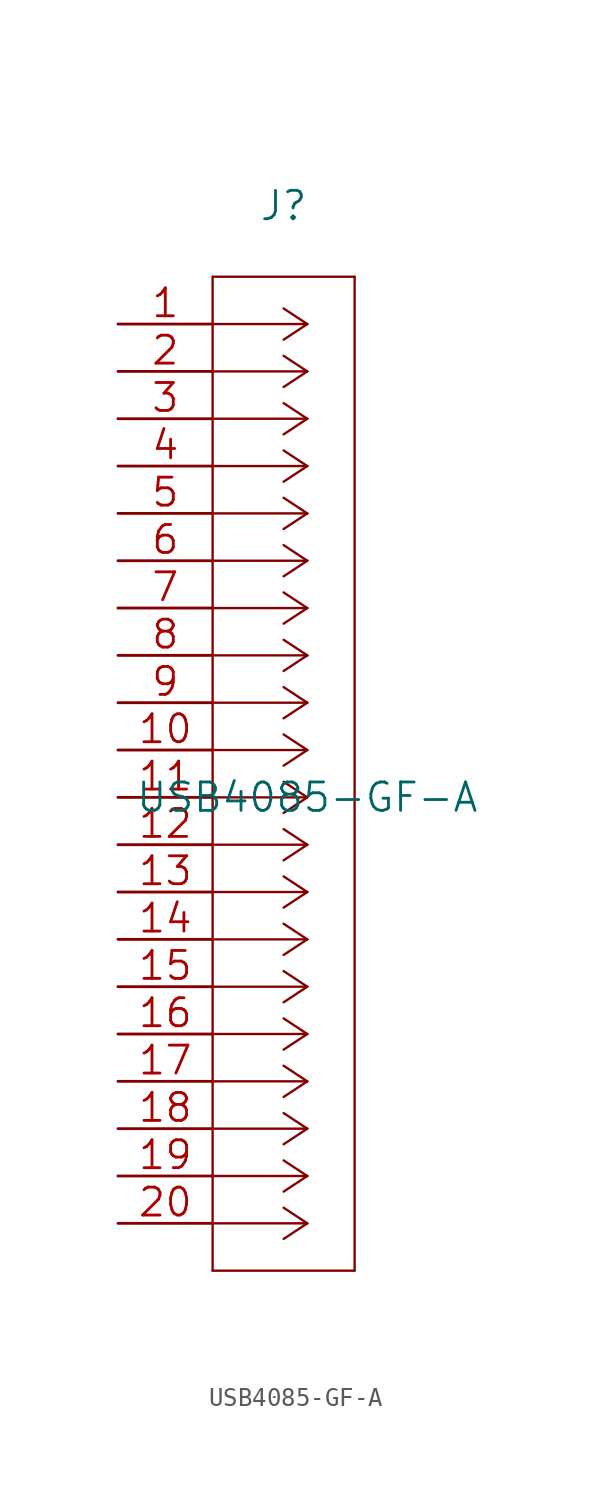
<source format=kicad_sym>
(kicad_symbol_lib
  (version 20220914)
  (generator kicad_symbol_editor)
  (symbol "USB4085-GF-A"
    (pin_names
      (offset 0.254) hide)
    (property "Reference" "J"
      (at 8.89 6.35 0)
      (effects (font (size 1.524 1.524))))
    (property "Value" "USB4085-GF-A"
      (at 10.16 -25.4 0)
      (effects (font (size 1.524 1.524))))
    (property "Datasheet" ""
      (at 0 0 0)
      (effects (font (size 1.524 1.524))))
    (property "ki_locked" ""
      (at 0 0 0)
      (effects (font (size 1.27 1.27))))
    (symbol "USB4085-GF-A_1_1"
      (polyline (pts (xy 5.08 -50.8) (xy 12.7 -50.8)) (stroke (width 0.127) (type solid)) (fill (type none)))
      (polyline (pts (xy 5.08 2.54) (xy 5.08 -50.8)) (stroke (width 0.127) (type solid)) (fill (type none)))
      (polyline (pts (xy 10.16 -48.26) (xy 5.08 -48.26)) (stroke (width 0.127) (type solid)) (fill (type none)))
      (polyline (pts (xy 10.16 -48.26) (xy 8.89 -49.098)) (stroke (width 0.127) (type solid)) (fill (type none)))
      (polyline (pts (xy 10.16 -48.26) (xy 8.89 -47.422)) (stroke (width 0.127) (type solid)) (fill (type none)))
      (polyline (pts (xy 10.16 -45.72) (xy 5.08 -45.72)) (stroke (width 0.127) (type solid)) (fill (type none)))
      (polyline (pts (xy 10.16 -45.72) (xy 8.89 -46.558)) (stroke (width 0.127) (type solid)) (fill (type none)))
      (polyline (pts (xy 10.16 -45.72) (xy 8.89 -44.882)) (stroke (width 0.127) (type solid)) (fill (type none)))
      (polyline (pts (xy 10.16 -43.18) (xy 5.08 -43.18)) (stroke (width 0.127) (type solid)) (fill (type none)))
      (polyline (pts (xy 10.16 -43.18) (xy 8.89 -44.018)) (stroke (width 0.127) (type solid)) (fill (type none)))
      (polyline (pts (xy 10.16 -43.18) (xy 8.89 -42.342)) (stroke (width 0.127) (type solid)) (fill (type none)))
      (polyline (pts (xy 10.16 -40.64) (xy 5.08 -40.64)) (stroke (width 0.127) (type solid)) (fill (type none)))
      (polyline (pts (xy 10.16 -40.64) (xy 8.89 -41.478)) (stroke (width 0.127) (type solid)) (fill (type none)))
      (polyline (pts (xy 10.16 -40.64) (xy 8.89 -39.802)) (stroke (width 0.127) (type solid)) (fill (type none)))
      (polyline (pts (xy 10.16 -38.1) (xy 5.08 -38.1)) (stroke (width 0.127) (type solid)) (fill (type none)))
      (polyline (pts (xy 10.16 -38.1) (xy 8.89 -38.938)) (stroke (width 0.127) (type solid)) (fill (type none)))
      (polyline (pts (xy 10.16 -38.1) (xy 8.89 -37.262)) (stroke (width 0.127) (type solid)) (fill (type none)))
      (polyline (pts (xy 10.16 -35.56) (xy 5.08 -35.56)) (stroke (width 0.127) (type solid)) (fill (type none)))
      (polyline (pts (xy 10.16 -35.56) (xy 8.89 -36.398)) (stroke (width 0.127) (type solid)) (fill (type none)))
      (polyline (pts (xy 10.16 -35.56) (xy 8.89 -34.722)) (stroke (width 0.127) (type solid)) (fill (type none)))
      (polyline (pts (xy 10.16 -33.02) (xy 5.08 -33.02)) (stroke (width 0.127) (type solid)) (fill (type none)))
      (polyline (pts (xy 10.16 -33.02) (xy 8.89 -33.858)) (stroke (width 0.127) (type solid)) (fill (type none)))
      (polyline (pts (xy 10.16 -33.02) (xy 8.89 -32.182)) (stroke (width 0.127) (type solid)) (fill (type none)))
      (polyline (pts (xy 10.16 -30.48) (xy 5.08 -30.48)) (stroke (width 0.127) (type solid)) (fill (type none)))
      (polyline (pts (xy 10.16 -30.48) (xy 8.89 -31.318)) (stroke (width 0.127) (type solid)) (fill (type none)))
      (polyline (pts (xy 10.16 -30.48) (xy 8.89 -29.642)) (stroke (width 0.127) (type solid)) (fill (type none)))
      (polyline (pts (xy 10.16 -27.94) (xy 5.08 -27.94)) (stroke (width 0.127) (type solid)) (fill (type none)))
      (polyline (pts (xy 10.16 -27.94) (xy 8.89 -28.778)) (stroke (width 0.127) (type solid)) (fill (type none)))
      (polyline (pts (xy 10.16 -27.94) (xy 8.89 -27.102)) (stroke (width 0.127) (type solid)) (fill (type none)))
      (polyline (pts (xy 10.16 -25.4) (xy 5.08 -25.4)) (stroke (width 0.127) (type solid)) (fill (type none)))
      (polyline (pts (xy 10.16 -25.4) (xy 8.89 -26.238)) (stroke (width 0.127) (type solid)) (fill (type none)))
      (polyline (pts (xy 10.16 -25.4) (xy 8.89 -24.562)) (stroke (width 0.127) (type solid)) (fill (type none)))
      (polyline (pts (xy 10.16 -22.86) (xy 5.08 -22.86)) (stroke (width 0.127) (type solid)) (fill (type none)))
      (polyline (pts (xy 10.16 -22.86) (xy 8.89 -23.698)) (stroke (width 0.127) (type solid)) (fill (type none)))
      (polyline (pts (xy 10.16 -22.86) (xy 8.89 -22.022)) (stroke (width 0.127) (type solid)) (fill (type none)))
      (polyline (pts (xy 10.16 -20.32) (xy 5.08 -20.32)) (stroke (width 0.127) (type solid)) (fill (type none)))
      (polyline (pts (xy 10.16 -20.32) (xy 8.89 -21.158)) (stroke (width 0.127) (type solid)) (fill (type none)))
      (polyline (pts (xy 10.16 -20.32) (xy 8.89 -19.482)) (stroke (width 0.127) (type solid)) (fill (type none)))
      (polyline (pts (xy 10.16 -17.78) (xy 5.08 -17.78)) (stroke (width 0.127) (type solid)) (fill (type none)))
      (polyline (pts (xy 10.16 -17.78) (xy 8.89 -18.618)) (stroke (width 0.127) (type solid)) (fill (type none)))
      (polyline (pts (xy 10.16 -17.78) (xy 8.89 -16.942)) (stroke (width 0.127) (type solid)) (fill (type none)))
      (polyline (pts (xy 10.16 -15.24) (xy 5.08 -15.24)) (stroke (width 0.127) (type solid)) (fill (type none)))
      (polyline (pts (xy 10.16 -15.24) (xy 8.89 -16.078)) (stroke (width 0.127) (type solid)) (fill (type none)))
      (polyline (pts (xy 10.16 -15.24) (xy 8.89 -14.402)) (stroke (width 0.127) (type solid)) (fill (type none)))
      (polyline (pts (xy 10.16 -12.7) (xy 5.08 -12.7)) (stroke (width 0.127) (type solid)) (fill (type none)))
      (polyline (pts (xy 10.16 -12.7) (xy 8.89 -13.538)) (stroke (width 0.127) (type solid)) (fill (type none)))
      (polyline (pts (xy 10.16 -12.7) (xy 8.89 -11.862)) (stroke (width 0.127) (type solid)) (fill (type none)))
      (polyline (pts (xy 10.16 -10.16) (xy 5.08 -10.16)) (stroke (width 0.127) (type solid)) (fill (type none)))
      (polyline (pts (xy 10.16 -10.16) (xy 8.89 -10.998)) (stroke (width 0.127) (type solid)) (fill (type none)))
      (polyline (pts (xy 10.16 -10.16) (xy 8.89 -9.322)) (stroke (width 0.127) (type solid)) (fill (type none)))
      (polyline (pts (xy 10.16 -7.62) (xy 5.08 -7.62)) (stroke (width 0.127) (type solid)) (fill (type none)))
      (polyline (pts (xy 10.16 -7.62) (xy 8.89 -8.458)) (stroke (width 0.127) (type solid)) (fill (type none)))
      (polyline (pts (xy 10.16 -7.62) (xy 8.89 -6.782)) (stroke (width 0.127) (type solid)) (fill (type none)))
      (polyline (pts (xy 10.16 -5.08) (xy 5.08 -5.08)) (stroke (width 0.127) (type solid)) (fill (type none)))
      (polyline (pts (xy 10.16 -5.08) (xy 8.89 -5.918)) (stroke (width 0.127) (type solid)) (fill (type none)))
      (polyline (pts (xy 10.16 -5.08) (xy 8.89 -4.242)) (stroke (width 0.127) (type solid)) (fill (type none)))
      (polyline (pts (xy 10.16 -2.54) (xy 5.08 -2.54)) (stroke (width 0.127) (type solid)) (fill (type none)))
      (polyline (pts (xy 10.16 -2.54) (xy 8.89 -3.378)) (stroke (width 0.127) (type solid)) (fill (type none)))
      (polyline (pts (xy 10.16 -2.54) (xy 8.89 -1.702)) (stroke (width 0.127) (type solid)) (fill (type none)))
      (polyline (pts (xy 10.16 0) (xy 5.08 0)) (stroke (width 0.127) (type solid)) (fill (type none)))
      (polyline (pts (xy 10.16 0) (xy 8.89 -0.838)) (stroke (width 0.127) (type solid)) (fill (type none)))
      (polyline (pts (xy 10.16 0) (xy 8.89 0.838)) (stroke (width 0.127) (type solid)) (fill (type none)))
      (polyline (pts (xy 12.7 -50.8) (xy 12.7 2.54)) (stroke (width 0.127) (type solid)) (fill (type none)))
      (polyline (pts (xy 12.7 2.54) (xy 5.08 2.54)) (stroke (width 0.127) (type solid)) (fill (type none)))
      (pin unspecified line (at 0 0 0) (length 5.08) (name "1" (effects (font (size 1.499 1.499)))) (number "1" (effects (font (size 1.499 1.499)))))
      (pin unspecified line (at 0 -22.86 0) (length 5.08) (name "10" (effects (font (size 1.499 1.499)))) (number "10" (effects (font (size 1.499 1.499)))))
      (pin unspecified line (at 0 -25.4 0) (length 5.08) (name "11" (effects (font (size 1.499 1.499)))) (number "11" (effects (font (size 1.499 1.499)))))
      (pin unspecified line (at 0 -27.94 0) (length 5.08) (name "12" (effects (font (size 1.499 1.499)))) (number "12" (effects (font (size 1.499 1.499)))))
      (pin unspecified line (at 0 -30.48 0) (length 5.08) (name "13" (effects (font (size 1.499 1.499)))) (number "13" (effects (font (size 1.499 1.499)))))
      (pin unspecified line (at 0 -33.02 0) (length 5.08) (name "14" (effects (font (size 1.499 1.499)))) (number "14" (effects (font (size 1.499 1.499)))))
      (pin unspecified line (at 0 -35.56 0) (length 5.08) (name "15" (effects (font (size 1.499 1.499)))) (number "15" (effects (font (size 1.499 1.499)))))
      (pin unspecified line (at 0 -38.1 0) (length 5.08) (name "16" (effects (font (size 1.499 1.499)))) (number "16" (effects (font (size 1.499 1.499)))))
      (pin unspecified line (at 0 -40.64 0) (length 5.08) (name "17" (effects (font (size 1.499 1.499)))) (number "17" (effects (font (size 1.499 1.499)))))
      (pin unspecified line (at 0 -43.18 0) (length 5.08) (name "18" (effects (font (size 1.499 1.499)))) (number "18" (effects (font (size 1.499 1.499)))))
      (pin unspecified line (at 0 -45.72 0) (length 5.08) (name "19" (effects (font (size 1.499 1.499)))) (number "19" (effects (font (size 1.499 1.499)))))
      (pin unspecified line (at 0 -2.54 0) (length 5.08) (name "2" (effects (font (size 1.499 1.499)))) (number "2" (effects (font (size 1.499 1.499)))))
      (pin unspecified line (at 0 -48.26 0) (length 5.08) (name "20" (effects (font (size 1.499 1.499)))) (number "20" (effects (font (size 1.499 1.499)))))
      (pin unspecified line (at 0 -5.08 0) (length 5.08) (name "3" (effects (font (size 1.499 1.499)))) (number "3" (effects (font (size 1.499 1.499)))))
      (pin unspecified line (at 0 -7.62 0) (length 5.08) (name "4" (effects (font (size 1.499 1.499)))) (number "4" (effects (font (size 1.499 1.499)))))
      (pin unspecified line (at 0 -10.16 0) (length 5.08) (name "5" (effects (font (size 1.499 1.499)))) (number "5" (effects (font (size 1.499 1.499)))))
      (pin unspecified line (at 0 -12.7 0) (length 5.08) (name "6" (effects (font (size 1.499 1.499)))) (number "6" (effects (font (size 1.499 1.499)))))
      (pin unspecified line (at 0 -15.24 0) (length 5.08) (name "7" (effects (font (size 1.499 1.499)))) (number "7" (effects (font (size 1.499 1.499)))))
      (pin unspecified line (at 0 -17.78 0) (length 5.08) (name "8" (effects (font (size 1.499 1.499)))) (number "8" (effects (font (size 1.499 1.499)))))
      (pin unspecified line (at 0 -20.32 0) (length 5.08) (name "9" (effects (font (size 1.499 1.499)))) (number "9" (effects (font (size 1.499 1.499))))))))
</source>
